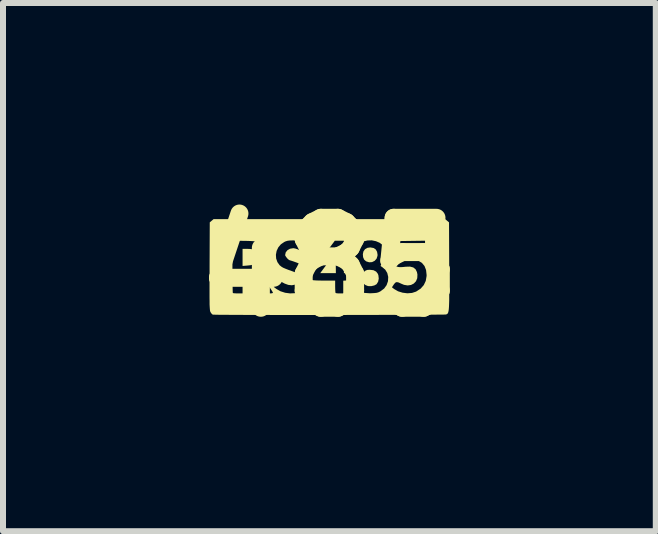
<source format=kicad_pcb>
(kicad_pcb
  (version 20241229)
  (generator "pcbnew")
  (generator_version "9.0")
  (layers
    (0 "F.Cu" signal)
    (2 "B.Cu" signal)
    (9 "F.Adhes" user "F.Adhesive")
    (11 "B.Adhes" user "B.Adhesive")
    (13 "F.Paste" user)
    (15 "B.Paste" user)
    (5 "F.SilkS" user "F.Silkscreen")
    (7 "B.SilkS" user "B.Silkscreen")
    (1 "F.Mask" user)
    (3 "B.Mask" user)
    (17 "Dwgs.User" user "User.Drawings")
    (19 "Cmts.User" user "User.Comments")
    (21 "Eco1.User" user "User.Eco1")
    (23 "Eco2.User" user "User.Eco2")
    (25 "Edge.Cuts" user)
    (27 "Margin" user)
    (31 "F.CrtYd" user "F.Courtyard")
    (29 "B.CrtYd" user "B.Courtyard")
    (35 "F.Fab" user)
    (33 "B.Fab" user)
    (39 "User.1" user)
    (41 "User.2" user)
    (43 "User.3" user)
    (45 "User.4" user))
  (footprint "485"
    (layer "F.Cu")
    (at 2.443 1.404)
    (property "Reference" "485" (at 0 0 0) (layer "F.SilkS") (effects (font (size 1.5 1.5) (thickness 0.3))))
    (attr board_only exclude_from_pos_files exclude_from_bom)
    (fp_poly (pts (xy 0.1 -0.234) (xy 0.102 -0.207) (xy 0.105 -0.166) (xy 0.106 -0.112) (xy 0.106 -0.075) (xy 0.108 0.101) (xy -0.022 0.101) (xy -0.153 0.101) (xy -0.06 -0.025) (xy -0.024 -0.075) (xy 0.01 -0.123) (xy 0.039 -0.162) (xy 0.058 -0.188) (xy 0.06 -0.192) (xy 0.08 -0.218) (xy 0.094 -0.237) (xy 0.097 -0.241)) (stroke (width 0) (type solid)) (fill yes) (layer "F.SilkS"))
    (fp_poly (pts (xy -1.322 -0.302) (xy -1.279 -0.296) (xy -1.251 -0.288) (xy -1.213 -0.261) (xy -1.188 -0.222) (xy -1.179 -0.177) (xy -1.184 -0.13) (xy -1.204 -0.088) (xy -1.238 -0.055) (xy -1.247 -0.05) (xy -1.276 -0.04) (xy -1.318 -0.031) (xy -1.365 -0.026) (xy -1.365 -0.026) (xy -1.448 -0.019) (xy -1.448 -0.162) (xy -1.448 -0.304) (xy -1.369 -0.304)) (stroke (width 0) (type solid)) (fill yes) (layer "F.SilkS"))
    (fp_poly (pts (xy 0.737 -0.318) (xy 0.742 -0.316) (xy 0.774 -0.293) (xy 0.795 -0.255) (xy 0.803 -0.208) (xy 0.802 -0.187) (xy 0.786 -0.139) (xy 0.754 -0.104) (xy 0.711 -0.083) (xy 0.663 -0.08) (xy 0.612 -0.096) (xy 0.611 -0.097) (xy 0.58 -0.124) (xy 0.562 -0.165) (xy 0.558 -0.216) (xy 0.568 -0.262) (xy 0.594 -0.298) (xy 0.634 -0.321) (xy 0.683 -0.328)) (stroke (width 0) (type solid)) (fill yes) (layer "F.SilkS"))
    (fp_poly (pts (xy 0.735 0.052) (xy 0.779 0.075) (xy 0.808 0.112) (xy 0.817 0.137) (xy 0.823 0.192) (xy 0.813 0.243) (xy 0.788 0.283) (xy 0.784 0.287) (xy 0.749 0.306) (xy 0.702 0.317) (xy 0.652 0.317) (xy 0.637 0.314) (xy 0.6 0.299) (xy 0.566 0.271) (xy 0.565 0.27) (xy 0.546 0.246) (xy 0.538 0.224) (xy 0.536 0.194) (xy 0.538 0.171) (xy 0.543 0.131) (xy 0.554 0.104) (xy 0.575 0.081) (xy 0.579 0.077) (xy 0.606 0.057) (xy 0.634 0.047) (xy 0.673 0.045)) (stroke (width 0) (type solid)) (fill yes) (layer "F.SilkS"))
    (fp_poly (pts (xy 1.963 -0.773) (xy 1.995 -0.746) (xy 1.998 -0.015) (xy 1.998 0.137) (xy 1.999 0.268) (xy 1.999 0.379) (xy 1.998 0.473) (xy 1.998 0.551) (xy 1.996 0.614) (xy 1.994 0.664) (xy 1.991 0.703) (xy 1.987 0.732) (xy 1.982 0.753) (xy 1.976 0.768) (xy 1.969 0.778) (xy 1.96 0.784) (xy 1.951 0.788) (xy 1.947 0.79) (xy 1.933 0.791) (xy 1.899 0.792) (xy 1.844 0.792) (xy 1.772 0.793) (xy 1.682 0.794) (xy 1.577 0.795) (xy 1.458 0.795) (xy 1.326 0.796) (xy 1.184 0.796) (xy 1.031 0.797) (xy 0.87 0.797) (xy 0.702 0.798) (xy 0.528 0.798) (xy 0.35 0.798) (xy 0.17 0.799) (xy -0.012 0.799) (xy -0.194 0.799) (xy -0.374 0.799) (xy -0.551 0.799) (xy -0.724 0.799) (xy -0.891 0.799) (xy -1.051 0.798) (xy -1.203 0.798) (xy -1.344 0.798) (xy -1.474 0.797) (xy -1.591 0.797) (xy -1.694 0.796) (xy -1.781 0.796) (xy -1.852 0.795) (xy -1.903 0.794) (xy -1.935 0.793) (xy -1.945 0.793) (xy -1.962 0.78) (xy -1.98 0.755) (xy -1.982 0.752) (xy -1.986 0.743) (xy -1.99 0.731) (xy -1.992 0.715) (xy -1.994 0.692) (xy -1.996 0.662) (xy -1.998 0.622) (xy -1.998 0.57) (xy -1.999 0.505) (xy -1.999 0.426) (xy -1.999 0.33) (xy -1.999 0.216) (xy -1.998 0.083) (xy -1.998 -0.009) (xy -1.617 -0.009) (xy -1.617 0.088) (xy -1.616 0.178) (xy -1.616 0.258) (xy -1.614 0.325) (xy -1.613 0.379) (xy -1.612 0.415) (xy -1.61 0.431) (xy -1.61 0.432) (xy -1.595 0.436) (xy -1.565 0.438) (xy -1.525 0.439) (xy -1.525 0.439) (xy -1.448 0.439) (xy -1.448 0.27) (xy -1.448 0.101) (xy -1.395 0.102) (xy -1.341 0.102) (xy -1.24 0.255) (xy -1.205 0.308) (xy -1.171 0.355) (xy -1.144 0.392) (xy -1.124 0.417) (xy -1.117 0.423) (xy -1.096 0.431) (xy -1.064 0.436) (xy -1.026 0.439) (xy -0.988 0.439) (xy -0.959 0.437) (xy -0.942 0.431) (xy -0.941 0.429) (xy -0.947 0.415) (xy -0.964 0.387) (xy -0.989 0.348) (xy -1 0.331) (xy -0.928 0.331) (xy -0.917 0.339) (xy -0.895 0.356) (xy -0.883 0.365) (xy -0.816 0.403) (xy -0.738 0.428) (xy -0.655 0.439) (xy -0.575 0.435) (xy -0.523 0.422) (xy -0.454 0.387) (xy -0.4 0.336) (xy -0.363 0.271) (xy -0.344 0.196) (xy -0.341 0.16) (xy -0.346 0.113) (xy -0.321 0.113) (xy -0.311 0.159) (xy -0.301 0.191) (xy -0.289 0.212) (xy -0.285 0.216) (xy -0.269 0.219) (xy -0.235 0.222) (xy -0.187 0.224) (xy -0.128 0.225) (xy -0.087 0.225) (xy 0.096 0.225) (xy 0.096 0.325) (xy 0.097 0.37) (xy 0.099 0.407) (xy 0.102 0.428) (xy 0.103 0.432) (xy 0.118 0.436) (xy 0.148 0.439) (xy 0.171 0.439) (xy 0.231 0.439) (xy 0.231 0.333) (xy 0.231 0.227) (xy 0.285 0.223) (xy 0.338 0.22) (xy 0.341 0.172) (xy 0.379 0.172) (xy 0.383 0.235) (xy 0.403 0.295) (xy 0.44 0.35) (xy 0.443 0.353) (xy 0.486 0.391) (xy 0.534 0.417) (xy 0.591 0.431) (xy 0.663 0.436) (xy 0.699 0.436) (xy 0.752 0.433) (xy 0.789 0.429) (xy 0.819 0.42) (xy 0.848 0.406) (xy 0.854 0.402) (xy 0.914 0.357) (xy 0.928 0.337) (xy 1.043 0.337) (xy 1.08 0.366) (xy 1.146 0.404) (xy 1.221 0.427) (xy 1.3 0.437) (xy 1.377 0.431) (xy 1.445 0.409) (xy 1.45 0.406) (xy 1.522 0.359) (xy 1.574 0.3) (xy 1.607 0.23) (xy 1.621 0.148) (xy 1.621 0.13) (xy 1.612 0.049) (xy 1.586 -0.018) (xy 1.543 -0.07) (xy 1.483 -0.107) (xy 1.408 -0.129) (xy 1.328 -0.135) (xy 1.286 -0.136) (xy 1.26 -0.139) (xy 1.248 -0.151) (xy 1.246 -0.174) (xy 1.252 -0.213) (xy 1.258 -0.24) (xy 1.271 -0.304) (xy 1.41 -0.304) (xy 1.479 -0.305) (xy 1.528 -0.31) (xy 1.562 -0.319) (xy 1.582 -0.334) (xy 1.592 -0.357) (xy 1.595 -0.389) (xy 1.595 -0.395) (xy 1.595 -0.44) (xy 1.378 -0.437) (xy 1.161 -0.434) (xy 1.126 -0.227) (xy 1.091 -0.021) (xy 1.12 -0.01) (xy 1.146 -0.002) (xy 1.177 0.001) (xy 1.218 -0.000312) (xy 1.275 -0.006) (xy 1.345 -0.008) (xy 1.399 0.006) (xy 1.437 0.036) (xy 1.46 0.083) (xy 1.468 0.124) (xy 1.465 0.185) (xy 1.444 0.236) (xy 1.408 0.274) (xy 1.361 0.298) (xy 1.305 0.306) (xy 1.244 0.296) (xy 1.196 0.276) (xy 1.153 0.256) (xy 1.123 0.25) (xy 1.1 0.259) (xy 1.078 0.284) (xy 1.072 0.293) (xy 1.043 0.337) (xy 0.928 0.337) (xy 0.954 0.301) (xy 0.977 0.235) (xy 0.981 0.164) (xy 0.965 0.098) (xy 0.93 0.041) (xy 0.877 -0.003) (xy 0.868 -0.008) (xy 0.854 -0.018) (xy 0.855 -0.027) (xy 0.873 -0.042) (xy 0.877 -0.045) (xy 0.918 -0.091) (xy 0.943 -0.149) (xy 0.951 -0.213) (xy 0.942 -0.278) (xy 0.929 -0.312) (xy 0.891 -0.365) (xy 0.839 -0.405) (xy 0.776 -0.432) (xy 0.707 -0.446) (xy 0.635 -0.444) (xy 0.566 -0.427) (xy 0.504 -0.394) (xy 0.499 -0.391) (xy 0.45 -0.345) (xy 0.421 -0.296) (xy 0.408 -0.238) (xy 0.408 -0.215) (xy 0.415 -0.15) (xy 0.439 -0.096) (xy 0.481 -0.05) (xy 0.501 -0.031) (xy 0.509 -0.018) (xy 0.507 -0.015) (xy 0.455 0.014) (xy 0.415 0.058) (xy 0.39 0.112) (xy 0.379 0.172) (xy 0.341 0.172) (xy 0.341 0.161) (xy 0.345 0.101) (xy 0.294 0.101) (xy 0.242 0.101) (xy 0.242 -0.169) (xy 0.242 -0.439) (xy 0.166 -0.439) (xy 0.09 -0.439) (xy -0.116 -0.163) (xy -0.321 0.113) (xy -0.346 0.113) (xy -0.348 0.097) (xy -0.369 0.044) (xy -0.406 -0.000005) (xy -0.462 -0.038) (xy -0.537 -0.072) (xy -0.551 -0.077) (xy -0.595 -0.093) (xy -0.631 -0.105) (xy -0.654 -0.112) (xy -0.659 -0.113) (xy -0.676 -0.121) (xy -0.7 -0.142) (xy -0.721 -0.168) (xy -0.736 -0.192) (xy -0.738 -0.201) (xy -0.728 -0.246) (xy -0.699 -0.282) (xy -0.657 -0.306) (xy -0.604 -0.315) (xy -0.601 -0.315) (xy -0.571 -0.31) (xy -0.531 -0.297) (xy -0.498 -0.282) (xy -0.462 -0.266) (xy -0.432 -0.256) (xy -0.416 -0.255) (xy -0.401 -0.269) (xy -0.383 -0.295) (xy -0.367 -0.325) (xy -0.356 -0.351) (xy -0.355 -0.359) (xy -0.364 -0.369) (xy -0.389 -0.385) (xy -0.424 -0.405) (xy -0.431 -0.408) (xy -0.472 -0.427) (xy -0.506 -0.438) (xy -0.541 -0.443) (xy -0.588 -0.445) (xy -0.603 -0.445) (xy -0.657 -0.444) (xy -0.697 -0.439) (xy -0.73 -0.429) (xy -0.752 -0.419) (xy -0.809 -0.38) (xy -0.852 -0.329) (xy -0.88 -0.27) (xy -0.892 -0.206) (xy -0.888 -0.143) (xy -0.867 -0.083) (xy -0.83 -0.031) (xy -0.796 -0.004) (xy -0.77 0.011) (xy -0.728 0.029) (xy -0.679 0.048) (xy -0.652 0.057) (xy -0.582 0.083) (xy -0.534 0.109) (xy -0.505 0.136) (xy -0.493 0.168) (xy -0.497 0.205) (xy -0.505 0.229) (xy -0.533 0.268) (xy -0.575 0.293) (xy -0.626 0.303) (xy -0.685 0.297) (xy -0.746 0.275) (xy -0.776 0.259) (xy -0.819 0.236) (xy -0.851 0.231) (xy -0.877 0.244) (xy -0.901 0.275) (xy -0.905 0.282) (xy -0.92 0.31) (xy -0.928 0.328) (xy -0.928 0.331) (xy -1 0.331) (xy -1.019 0.302) (xy -1.053 0.252) (xy -1.087 0.202) (xy -1.12 0.156) (xy -1.148 0.118) (xy -1.169 0.09) (xy -1.18 0.078) (xy -1.192 0.067) (xy -1.189 0.059) (xy -1.169 0.049) (xy -1.162 0.047) (xy -1.115 0.02) (xy -1.071 -0.024) (xy -1.037 -0.077) (xy -1.02 -0.127) (xy -1.012 -0.203) (xy -1.026 -0.273) (xy -1.059 -0.332) (xy -1.111 -0.381) (xy -1.158 -0.407) (xy -1.181 -0.416) (xy -1.205 -0.424) (xy -1.233 -0.429) (xy -1.27 -0.432) (xy -1.319 -0.435) (xy -1.385 -0.437) (xy -1.417 -0.437) (xy -1.617 -0.442) (xy -1.617 -0.009) (xy -1.998 -0.009) (xy -1.998 -0.015) (xy -1.995 -0.746) (xy -1.963 -0.773) (xy -1.931 -0.8) (xy -0.000001 -0.8) (xy 1.931 -0.8)) (stroke (width 0) (type solid)) (fill yes) (layer "F.SilkS")))
  (gr_rect
    (start -3 -3)
    (end 7.886 5.808)
    (stroke (width 0.1) (type default))
    (fill no)
    (layer "Edge.Cuts")))
</source>
